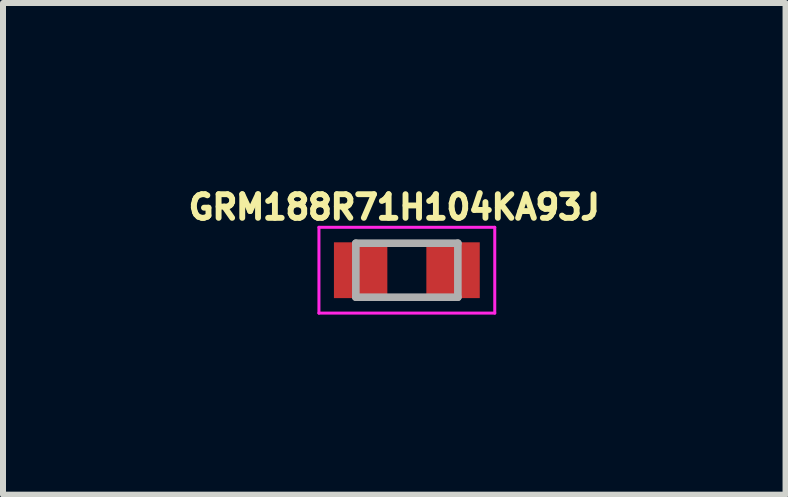
<source format=kicad_pcb>
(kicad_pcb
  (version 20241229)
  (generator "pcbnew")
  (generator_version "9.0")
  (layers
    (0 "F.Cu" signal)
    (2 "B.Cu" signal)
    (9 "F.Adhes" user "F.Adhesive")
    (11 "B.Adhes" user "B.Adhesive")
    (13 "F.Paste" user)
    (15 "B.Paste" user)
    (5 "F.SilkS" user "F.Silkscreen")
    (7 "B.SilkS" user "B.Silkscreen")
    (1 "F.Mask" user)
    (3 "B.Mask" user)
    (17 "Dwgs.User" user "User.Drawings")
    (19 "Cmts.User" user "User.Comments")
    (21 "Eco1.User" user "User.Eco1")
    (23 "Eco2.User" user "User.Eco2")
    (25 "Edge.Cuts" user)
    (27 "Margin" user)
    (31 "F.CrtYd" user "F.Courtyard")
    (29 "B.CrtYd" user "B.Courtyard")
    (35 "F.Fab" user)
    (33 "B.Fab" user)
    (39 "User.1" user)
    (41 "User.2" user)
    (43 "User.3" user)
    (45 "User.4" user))
  (footprint "GRM188R71H104KA93J"
    (layer "F.Cu")
    (at 3.73 1.453)
    (property "Reference" "GRM188R71H104KA93J" (at -0.21 -1.05 0) (layer "F.SilkS") (effects (font (size 0.394 0.394) (thickness 0.098))))
    (attr smd)
    (fp_line (start -1.465 -0.715) (end 1.465 -0.715) (stroke (width 0.05) (type solid)) (layer "F.CrtYd"))
    (fp_line (start -1.465 0.715) (end -1.465 -0.715) (stroke (width 0.05) (type solid)) (layer "F.CrtYd"))
    (fp_line (start -1.465 0.715) (end 1.465 0.715) (stroke (width 0.05) (type solid)) (layer "F.CrtYd"))
    (fp_line (start 1.465 0.715) (end 1.465 -0.715) (stroke (width 0.05) (type solid)) (layer "F.CrtYd"))
    (fp_line (start -0.85 0.45) (end -0.85 -0.45) (stroke (width 0.127) (type solid)) (layer "F.Fab"))
    (fp_line (start 0.85 -0.45) (end -0.85 -0.45) (stroke (width 0.127) (type solid)) (layer "F.Fab"))
    (fp_line (start 0.85 0.45) (end -0.85 0.45) (stroke (width 0.127) (type solid)) (layer "F.Fab"))
    (fp_line (start 0.85 0.45) (end 0.85 -0.45) (stroke (width 0.127) (type solid)) (layer "F.Fab"))
    (pad "1" smd rect (at -0.77 0) (size 0.89 0.93) (layers "F.Cu" "F.Mask" "F.Paste"))
    (pad "2" smd rect (at 0.77 0) (size 0.89 0.93) (layers "F.Cu" "F.Mask" "F.Paste")))
  (gr_rect
    (start -3 -3)
    (end 10.041 5.193)
    (stroke (width 0.1) (type default))
    (fill no)
    (layer "Edge.Cuts")))
</source>
